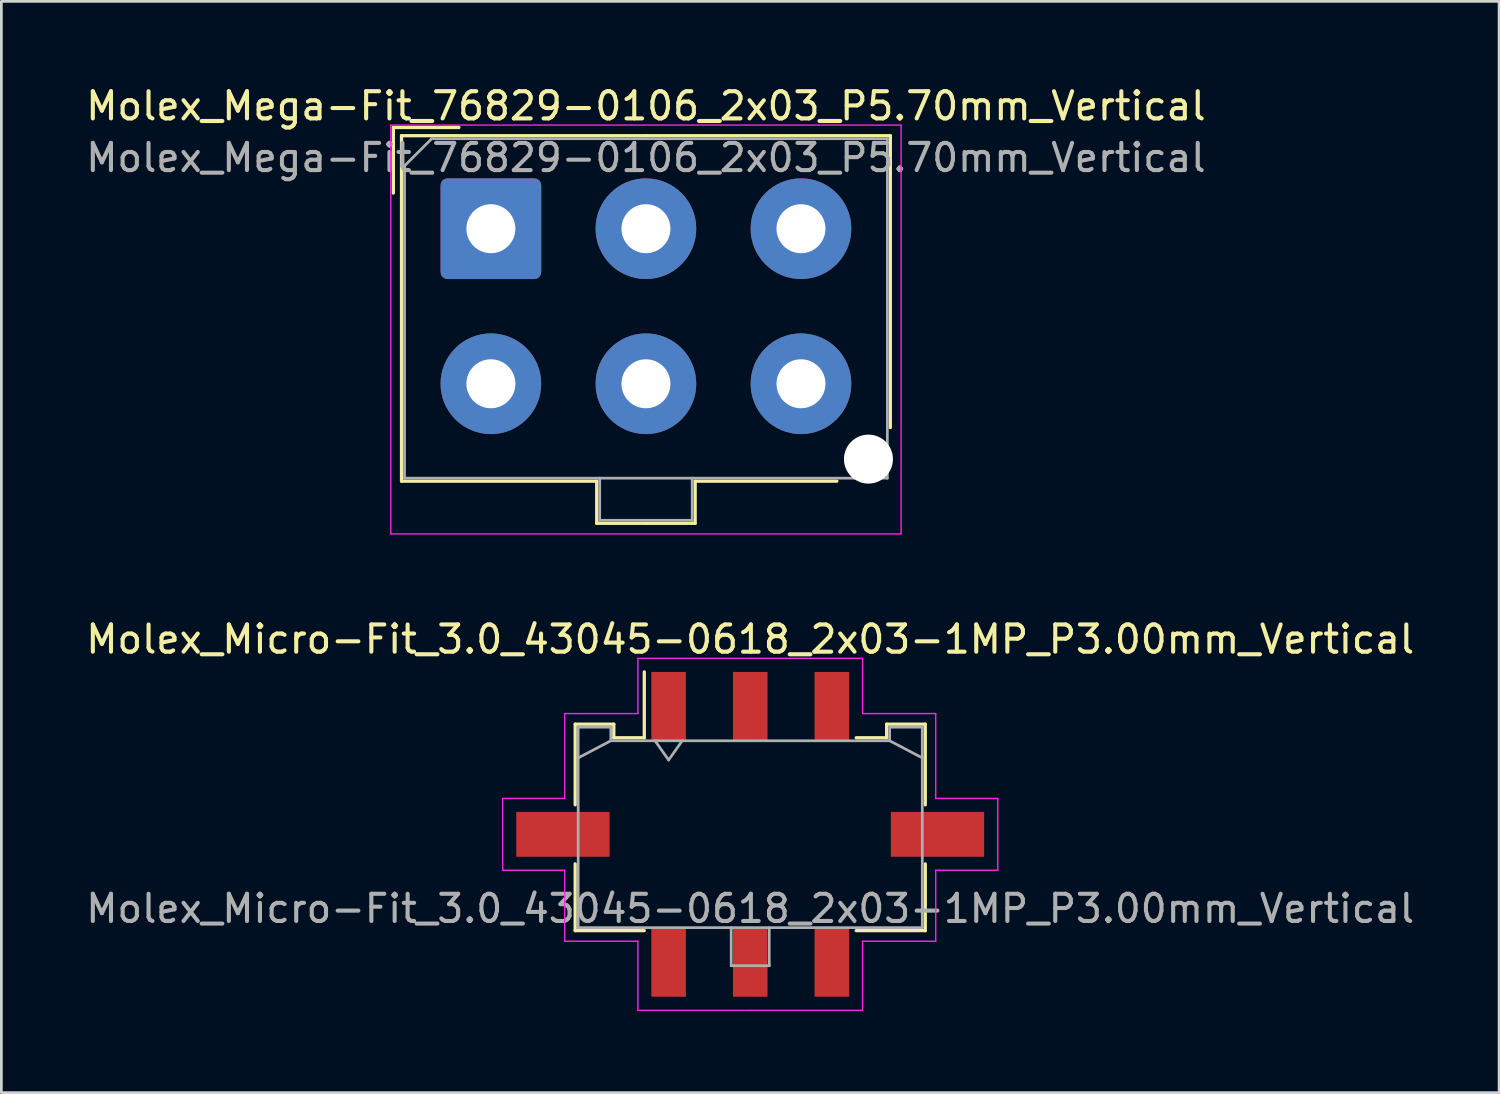
<source format=kicad_pcb>
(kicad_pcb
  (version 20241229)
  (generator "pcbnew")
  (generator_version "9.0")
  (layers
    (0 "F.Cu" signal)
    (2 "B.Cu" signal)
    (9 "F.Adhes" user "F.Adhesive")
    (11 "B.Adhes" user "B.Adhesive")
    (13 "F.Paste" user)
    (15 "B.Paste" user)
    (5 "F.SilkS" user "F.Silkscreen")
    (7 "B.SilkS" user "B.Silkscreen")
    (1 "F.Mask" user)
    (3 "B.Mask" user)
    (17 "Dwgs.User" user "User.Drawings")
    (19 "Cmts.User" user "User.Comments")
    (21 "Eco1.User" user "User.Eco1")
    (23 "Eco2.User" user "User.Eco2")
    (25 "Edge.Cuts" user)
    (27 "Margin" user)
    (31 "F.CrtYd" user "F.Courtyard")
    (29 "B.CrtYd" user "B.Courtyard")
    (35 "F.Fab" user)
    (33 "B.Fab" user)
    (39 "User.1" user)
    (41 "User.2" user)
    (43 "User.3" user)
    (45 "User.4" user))
  (footprint "Molex_Mega-Fit_76829-0106_2x03_P5.70mm_Vertical"
    (layer "F.Cu")
    (at 14.996 5.358)
    (property "Reference" "Molex_Mega-Fit_76829-0106_2x03_P5.70mm_Vertical" (at 5.7 -4.51 0) (layer "F.SilkS") (effects (font (size 1 1) (thickness 0.15))))
    (attr through_hole)
    (fp_line (start -3.585 -3.72) (end -1.175 -3.72) (stroke (width 0.12) (type solid)) (layer "F.SilkS"))
    (fp_line (start -3.585 -1.31) (end -3.585 -3.72) (stroke (width 0.12) (type solid)) (layer "F.SilkS"))
    (fp_line (start -3.285 -3.42) (end -3.285 9.28) (stroke (width 0.12) (type solid)) (layer "F.SilkS"))
    (fp_line (start -3.285 9.28) (end 3.89 9.28) (stroke (width 0.12) (type solid)) (layer "F.SilkS"))
    (fp_line (start 3.89 9.28) (end 3.89 10.83) (stroke (width 0.12) (type solid)) (layer "F.SilkS"))
    (fp_line (start 3.89 10.83) (end 5.7 10.83) (stroke (width 0.12) (type solid)) (layer "F.SilkS"))
    (fp_line (start 5.7 -3.42) (end -3.285 -3.42) (stroke (width 0.12) (type solid)) (layer "F.SilkS"))
    (fp_line (start 5.7 -3.42) (end 14.685 -3.42) (stroke (width 0.12) (type solid)) (layer "F.SilkS"))
    (fp_line (start 7.51 9.28) (end 7.51 10.83) (stroke (width 0.12) (type solid)) (layer "F.SilkS"))
    (fp_line (start 7.51 10.83) (end 5.7 10.83) (stroke (width 0.12) (type solid)) (layer "F.SilkS"))
    (fp_line (start 12.72 9.28) (end 7.51 9.28) (stroke (width 0.12) (type solid)) (layer "F.SilkS"))
    (fp_line (start 14.685 -3.42) (end 14.685 7.31) (stroke (width 0.12) (type solid)) (layer "F.SilkS"))
    (fp_line (start -3.68 -3.81) (end -3.68 11.22) (stroke (width 0.05) (type solid)) (layer "F.CrtYd"))
    (fp_line (start -3.68 11.22) (end 15.08 11.22) (stroke (width 0.05) (type solid)) (layer "F.CrtYd"))
    (fp_line (start 15.08 -3.81) (end -3.68 -3.81) (stroke (width 0.05) (type solid)) (layer "F.CrtYd"))
    (fp_line (start 15.08 11.22) (end 15.08 -3.81) (stroke (width 0.05) (type solid)) (layer "F.CrtYd"))
    (fp_line (start -3.175 -2.31) (end -3.175 9.17) (stroke (width 0.1) (type solid)) (layer "F.Fab"))
    (fp_line (start -3.175 9.17) (end 14.575 9.17) (stroke (width 0.1) (type solid)) (layer "F.Fab"))
    (fp_line (start -2.175 -3.31) (end -3.175 -2.31) (stroke (width 0.1) (type solid)) (layer "F.Fab"))
    (fp_line (start 4 9.17) (end 4 10.72) (stroke (width 0.1) (type solid)) (layer "F.Fab"))
    (fp_line (start 4 10.72) (end 7.4 10.72) (stroke (width 0.1) (type solid)) (layer "F.Fab"))
    (fp_line (start 7.4 10.72) (end 7.4 9.17) (stroke (width 0.1) (type solid)) (layer "F.Fab"))
    (fp_line (start 14.575 -3.31) (end -2.175 -3.31) (stroke (width 0.1) (type solid)) (layer "F.Fab"))
    (fp_line (start 14.575 9.17) (end 14.575 -3.31) (stroke (width 0.1) (type solid)) (layer "F.Fab"))
    (fp_text user "${REFERENCE}" (at 5.7 -2.61 0) (layer "F.Fab") (effects (font (size 1 1) (thickness 0.15))))
    (pad "" np_thru_hole circle (at 13.88 8.47) (size 1.8 1.8) (drill 1.8) (layers "*.Cu" "*.Mask"))
    (pad "1" thru_hole roundrect (at 0 0) (size 3.7 3.7) (drill 1.8) (layers "*.Cu" "*.Mask") (roundrect_rratio 0.068))
    (pad "2" thru_hole circle (at 5.7 0) (size 3.7 3.7) (drill 1.8) (layers "*.Cu" "*.Mask"))
    (pad "3" thru_hole circle (at 11.4 0) (size 3.7 3.7) (drill 1.8) (layers "*.Cu" "*.Mask"))
    (pad "4" thru_hole circle (at 0 5.7) (size 3.7 3.7) (drill 1.8) (layers "*.Cu" "*.Mask"))
    (pad "5" thru_hole circle (at 5.7 5.7) (size 3.7 3.7) (drill 1.8) (layers "*.Cu" "*.Mask"))
    (pad "6" thru_hole circle (at 11.4 5.7) (size 3.7 3.7) (drill 1.8) (layers "*.Cu" "*.Mask")))
  (footprint "Molex_Micro-Fit_3.0_43045-0618_2x03-1MP_P3.00mm_Vertical"
    (layer "F.Cu")
    (at 24.53 27.622)
    (property "Reference" "Molex_Micro-Fit_3.0_43045-0618_2x03-1MP_P3.00mm_Vertical" (at 0 -7.17 0) (layer "F.SilkS") (effects (font (size 1 1) (thickness 0.15))))
    (attr smd)
    (fp_line (start -6.435 -4.05) (end -5.015 -4.05) (stroke (width 0.12) (type solid)) (layer "F.SilkS"))
    (fp_line (start -6.435 -1.085) (end -6.435 -4.05) (stroke (width 0.12) (type solid)) (layer "F.SilkS"))
    (fp_line (start -6.435 1.085) (end -6.435 3.54) (stroke (width 0.12) (type solid)) (layer "F.SilkS"))
    (fp_line (start -6.435 3.54) (end -3.895 3.54) (stroke (width 0.12) (type solid)) (layer "F.SilkS"))
    (fp_line (start -5.015 -4.05) (end -5.015 -3.55) (stroke (width 0.12) (type solid)) (layer "F.SilkS"))
    (fp_line (start -5.015 -3.55) (end -3.895 -3.55) (stroke (width 0.12) (type solid)) (layer "F.SilkS"))
    (fp_line (start -3.895 -3.55) (end -3.895 -5.97) (stroke (width 0.12) (type solid)) (layer "F.SilkS"))
    (fp_line (start 5.015 -4.05) (end 5.015 -3.55) (stroke (width 0.12) (type solid)) (layer "F.SilkS"))
    (fp_line (start 5.015 -3.55) (end 3.895 -3.55) (stroke (width 0.12) (type solid)) (layer "F.SilkS"))
    (fp_line (start 6.435 -4.05) (end 5.015 -4.05) (stroke (width 0.12) (type solid)) (layer "F.SilkS"))
    (fp_line (start 6.435 -1.085) (end 6.435 -4.05) (stroke (width 0.12) (type solid)) (layer "F.SilkS"))
    (fp_line (start 6.435 1.085) (end 6.435 3.54) (stroke (width 0.12) (type solid)) (layer "F.SilkS"))
    (fp_line (start 6.435 3.54) (end 3.895 3.54) (stroke (width 0.12) (type solid)) (layer "F.SilkS"))
    (fp_line (start -9.1 -1.32) (end -9.1 1.32) (stroke (width 0.05) (type solid)) (layer "F.CrtYd"))
    (fp_line (start -9.1 1.32) (end -6.82 1.32) (stroke (width 0.05) (type solid)) (layer "F.CrtYd"))
    (fp_line (start -6.82 -4.44) (end -6.82 -1.32) (stroke (width 0.05) (type solid)) (layer "F.CrtYd"))
    (fp_line (start -6.82 -1.32) (end -9.1 -1.32) (stroke (width 0.05) (type solid)) (layer "F.CrtYd"))
    (fp_line (start -6.82 1.32) (end -6.82 3.93) (stroke (width 0.05) (type solid)) (layer "F.CrtYd"))
    (fp_line (start -6.82 3.93) (end -4.13 3.93) (stroke (width 0.05) (type solid)) (layer "F.CrtYd"))
    (fp_line (start -4.13 -6.47) (end -4.13 -4.44) (stroke (width 0.05) (type solid)) (layer "F.CrtYd"))
    (fp_line (start -4.13 -4.44) (end -6.82 -4.44) (stroke (width 0.05) (type solid)) (layer "F.CrtYd"))
    (fp_line (start -4.13 3.93) (end -4.13 6.47) (stroke (width 0.05) (type solid)) (layer "F.CrtYd"))
    (fp_line (start -4.13 6.47) (end 0 6.47) (stroke (width 0.05) (type solid)) (layer "F.CrtYd"))
    (fp_line (start 0 -6.47) (end -4.13 -6.47) (stroke (width 0.05) (type solid)) (layer "F.CrtYd"))
    (fp_line (start 0 -6.47) (end 4.13 -6.47) (stroke (width 0.05) (type solid)) (layer "F.CrtYd"))
    (fp_line (start 4.13 -6.47) (end 4.13 -4.44) (stroke (width 0.05) (type solid)) (layer "F.CrtYd"))
    (fp_line (start 4.13 -4.44) (end 6.82 -4.44) (stroke (width 0.05) (type solid)) (layer "F.CrtYd"))
    (fp_line (start 4.13 3.93) (end 4.13 6.47) (stroke (width 0.05) (type solid)) (layer "F.CrtYd"))
    (fp_line (start 4.13 6.47) (end 0 6.47) (stroke (width 0.05) (type solid)) (layer "F.CrtYd"))
    (fp_line (start 6.82 -4.44) (end 6.82 -1.32) (stroke (width 0.05) (type solid)) (layer "F.CrtYd"))
    (fp_line (start 6.82 -1.32) (end 9.1 -1.32) (stroke (width 0.05) (type solid)) (layer "F.CrtYd"))
    (fp_line (start 6.82 1.32) (end 6.82 3.93) (stroke (width 0.05) (type solid)) (layer "F.CrtYd"))
    (fp_line (start 6.82 3.93) (end 4.13 3.93) (stroke (width 0.05) (type solid)) (layer "F.CrtYd"))
    (fp_line (start 9.1 -1.32) (end 9.1 1.32) (stroke (width 0.05) (type solid)) (layer "F.CrtYd"))
    (fp_line (start 9.1 1.32) (end 6.82 1.32) (stroke (width 0.05) (type solid)) (layer "F.CrtYd"))
    (fp_line (start -6.325 -3.94) (end -6.325 3.43) (stroke (width 0.1) (type solid)) (layer "F.Fab"))
    (fp_line (start -6.325 -2.81) (end -5.125 -3.44) (stroke (width 0.1) (type solid)) (layer "F.Fab"))
    (fp_line (start -6.325 3.43) (end 6.325 3.43) (stroke (width 0.1) (type solid)) (layer "F.Fab"))
    (fp_line (start -5.125 -3.94) (end -6.325 -3.94) (stroke (width 0.1) (type solid)) (layer "F.Fab"))
    (fp_line (start -5.125 -3.44) (end -5.125 -3.94) (stroke (width 0.1) (type solid)) (layer "F.Fab"))
    (fp_line (start -3.5 -3.44) (end -3 -2.733) (stroke (width 0.1) (type solid)) (layer "F.Fab"))
    (fp_line (start -3 -2.733) (end -2.5 -3.44) (stroke (width 0.1) (type solid)) (layer "F.Fab"))
    (fp_line (start -0.7 3.43) (end -0.7 4.83) (stroke (width 0.1) (type solid)) (layer "F.Fab"))
    (fp_line (start -0.7 4.83) (end 0.7 4.83) (stroke (width 0.1) (type solid)) (layer "F.Fab"))
    (fp_line (start 0.7 4.83) (end 0.7 3.43) (stroke (width 0.1) (type solid)) (layer "F.Fab"))
    (fp_line (start 5.125 -3.94) (end 5.125 -3.44) (stroke (width 0.1) (type solid)) (layer "F.Fab"))
    (fp_line (start 5.125 -3.44) (end -5.125 -3.44) (stroke (width 0.1) (type solid)) (layer "F.Fab"))
    (fp_line (start 6.325 -3.94) (end 5.125 -3.94) (stroke (width 0.1) (type solid)) (layer "F.Fab"))
    (fp_line (start 6.325 -2.81) (end 5.125 -3.44) (stroke (width 0.1) (type solid)) (layer "F.Fab"))
    (fp_line (start 6.325 3.43) (end 6.325 -3.94) (stroke (width 0.1) (type solid)) (layer "F.Fab"))
    (fp_text user "${REFERENCE}" (at 0 2.73 0) (layer "F.Fab") (effects (font (size 1 1) (thickness 0.15))))
    (pad "1" smd rect (at -3 -4.7) (size 1.27 2.54) (layers "F.Cu" "F.Mask" "F.Paste"))
    (pad "2" smd rect (at 0 -4.7) (size 1.27 2.54) (layers "F.Cu" "F.Mask" "F.Paste"))
    (pad "3" smd rect (at 3 -4.7) (size 1.27 2.54) (layers "F.Cu" "F.Mask" "F.Paste"))
    (pad "4" smd rect (at -3 4.7) (size 1.27 2.54) (layers "F.Cu" "F.Mask" "F.Paste"))
    (pad "5" smd rect (at 0 4.7) (size 1.27 2.54) (layers "F.Cu" "F.Mask" "F.Paste"))
    (pad "6" smd rect (at 3 4.7) (size 1.27 2.54) (layers "F.Cu" "F.Mask" "F.Paste"))
    (pad "MP" smd rect (at -6.885 0) (size 3.43 1.65) (layers "F.Cu" "F.Mask" "F.Paste"))
    (pad "MP" smd rect (at 6.885 0) (size 3.43 1.65) (layers "F.Cu" "F.Mask" "F.Paste")))
  (gr_rect
    (start -3 -3)
    (end 52.06 37.117)
    (stroke (width 0.1) (type default))
    (fill no)
    (layer "Edge.Cuts")))
</source>
